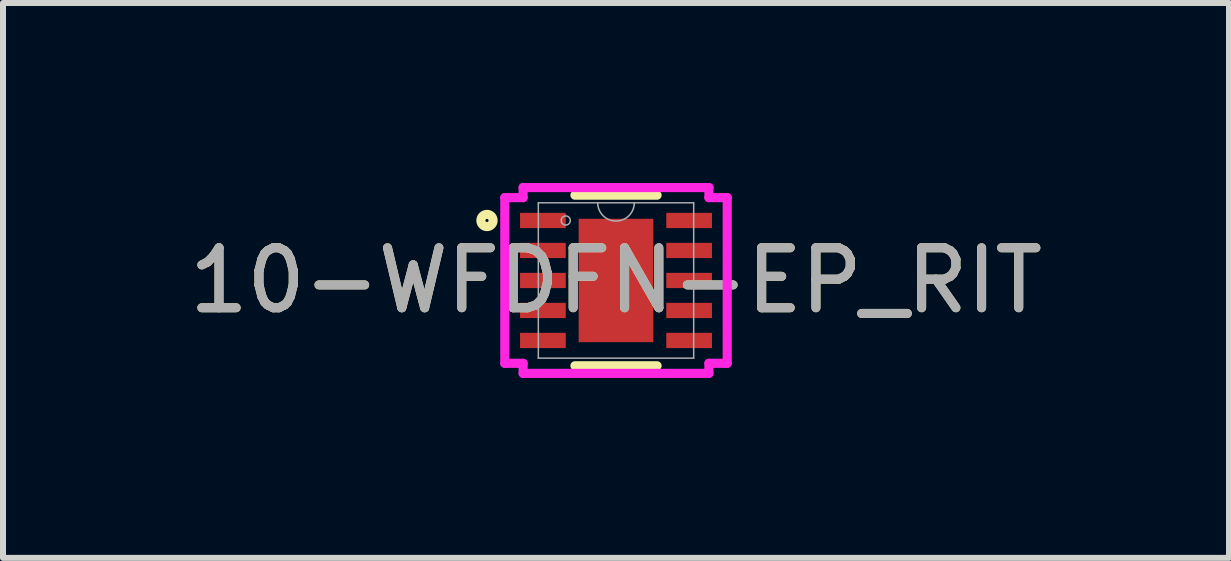
<source format=kicad_pcb>
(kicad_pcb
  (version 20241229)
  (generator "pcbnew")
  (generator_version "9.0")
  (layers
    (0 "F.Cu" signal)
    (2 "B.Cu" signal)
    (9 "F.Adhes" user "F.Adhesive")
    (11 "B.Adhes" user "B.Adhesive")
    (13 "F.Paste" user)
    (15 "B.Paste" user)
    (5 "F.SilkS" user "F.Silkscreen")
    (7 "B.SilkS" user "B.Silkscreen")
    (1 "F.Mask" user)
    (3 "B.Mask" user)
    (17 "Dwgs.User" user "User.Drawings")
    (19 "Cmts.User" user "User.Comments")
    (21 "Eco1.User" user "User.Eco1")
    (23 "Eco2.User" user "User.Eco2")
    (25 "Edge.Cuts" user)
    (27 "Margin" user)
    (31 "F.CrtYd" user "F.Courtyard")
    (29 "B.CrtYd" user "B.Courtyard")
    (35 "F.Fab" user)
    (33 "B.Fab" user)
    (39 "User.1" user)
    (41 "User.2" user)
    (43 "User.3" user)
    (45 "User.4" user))
  (footprint "10-WFDFN-EP_RIT"
    (layer "F.Cu")
    (at 7.22 1.626)
    (property "Reference" "10-WFDFN-EP_RIT" (at 0 0 0) (unlocked yes) (layer "F.SilkS") (effects (font (size 1 1) (thickness 0.15))))
    (attr smd)
    (fp_line (start -0.685 1.422) (end 0.685 1.422) (stroke (width 0.152) (type solid)) (layer "F.SilkS"))
    (fp_line (start 0.685 -1.422) (end -0.685 -1.422) (stroke (width 0.152) (type solid)) (layer "F.SilkS"))
    (fp_circle (center -2.151 -1) (end -2.049 -1) (stroke (width 0.152) (type solid)) (fill no) (layer "F.SilkS"))
    (fp_line (start -1.854 -1.381) (end -1.549 -1.381) (stroke (width 0.152) (type solid)) (layer "F.CrtYd"))
    (fp_line (start -1.854 1.381) (end -1.854 -1.381) (stroke (width 0.152) (type solid)) (layer "F.CrtYd"))
    (fp_line (start -1.854 1.381) (end -1.549 1.381) (stroke (width 0.152) (type solid)) (layer "F.CrtYd"))
    (fp_line (start -1.549 -1.549) (end 1.549 -1.549) (stroke (width 0.152) (type solid)) (layer "F.CrtYd"))
    (fp_line (start -1.549 -1.381) (end -1.549 -1.549) (stroke (width 0.152) (type solid)) (layer "F.CrtYd"))
    (fp_line (start -1.549 1.549) (end -1.549 1.381) (stroke (width 0.152) (type solid)) (layer "F.CrtYd"))
    (fp_line (start 1.549 -1.549) (end 1.549 -1.381) (stroke (width 0.152) (type solid)) (layer "F.CrtYd"))
    (fp_line (start 1.549 1.381) (end 1.549 1.549) (stroke (width 0.152) (type solid)) (layer "F.CrtYd"))
    (fp_line (start 1.549 1.549) (end -1.549 1.549) (stroke (width 0.152) (type solid)) (layer "F.CrtYd"))
    (fp_line (start 1.854 -1.381) (end 1.549 -1.381) (stroke (width 0.152) (type solid)) (layer "F.CrtYd"))
    (fp_line (start 1.854 -1.381) (end 1.854 1.381) (stroke (width 0.152) (type solid)) (layer "F.CrtYd"))
    (fp_line (start 1.854 1.381) (end 1.549 1.381) (stroke (width 0.152) (type solid)) (layer "F.CrtYd"))
    (fp_line (start -1.295 -1.295) (end -1.295 1.295) (stroke (width 0.025) (type solid)) (layer "F.Fab"))
    (fp_line (start -1.295 1.295) (end 1.295 1.295) (stroke (width 0.025) (type solid)) (layer "F.Fab"))
    (fp_line (start 1.295 -1.295) (end -1.295 -1.295) (stroke (width 0.025) (type solid)) (layer "F.Fab"))
    (fp_line (start 1.295 1.295) (end 1.295 -1.295) (stroke (width 0.025) (type solid)) (layer "F.Fab"))
    (fp_arc (start 0.3048 -1.2954) (mid 0 -0.9906) (end -0.3048 -1.2954) (stroke (width 0.0254) (type solid)) (layer "F.Fab"))
    (fp_circle (center -0.838 -1) (end -0.762 -1) (stroke (width 0.025) (type solid)) (fill no) (layer "F.Fab"))
    (fp_text user "${REFERENCE}" (at 0 0 0) (unlocked yes) (layer "F.Fab") (effects (font (size 1 1) (thickness 0.15))))
    (pad "1" smd rect (at -1.219 -1) (size 0.762 0.254) (layers "F.Cu" "F.Mask" "F.Paste"))
    (pad "2" smd rect (at -1.219 -0.5) (size 0.762 0.254) (layers "F.Cu" "F.Mask" "F.Paste"))
    (pad "3" smd rect (at -1.219 0) (size 0.762 0.254) (layers "F.Cu" "F.Mask" "F.Paste"))
    (pad "4" smd rect (at -1.219 0.5) (size 0.762 0.254) (layers "F.Cu" "F.Mask" "F.Paste"))
    (pad "5" smd rect (at -1.219 1) (size 0.762 0.254) (layers "F.Cu" "F.Mask" "F.Paste"))
    (pad "6" smd rect (at 1.219 1) (size 0.762 0.254) (layers "F.Cu" "F.Mask" "F.Paste"))
    (pad "7" smd rect (at 1.219 0.5) (size 0.762 0.254) (layers "F.Cu" "F.Mask" "F.Paste"))
    (pad "8" smd rect (at 1.219 0) (size 0.762 0.254) (layers "F.Cu" "F.Mask" "F.Paste"))
    (pad "9" smd rect (at 1.219 -0.5) (size 0.762 0.254) (layers "F.Cu" "F.Mask" "F.Paste"))
    (pad "10" smd rect (at 1.219 -1) (size 0.762 0.254) (layers "F.Cu" "F.Mask" "F.Paste"))
    (pad "11" smd rect (at 0 0) (size 1.245 2.057) (layers "F.Cu" "F.Mask" "F.Paste")))
  (gr_rect
    (start -3 -3)
    (end 17.44 6.251)
    (stroke (width 0.1) (type default))
    (fill no)
    (layer "Edge.Cuts")))
</source>
